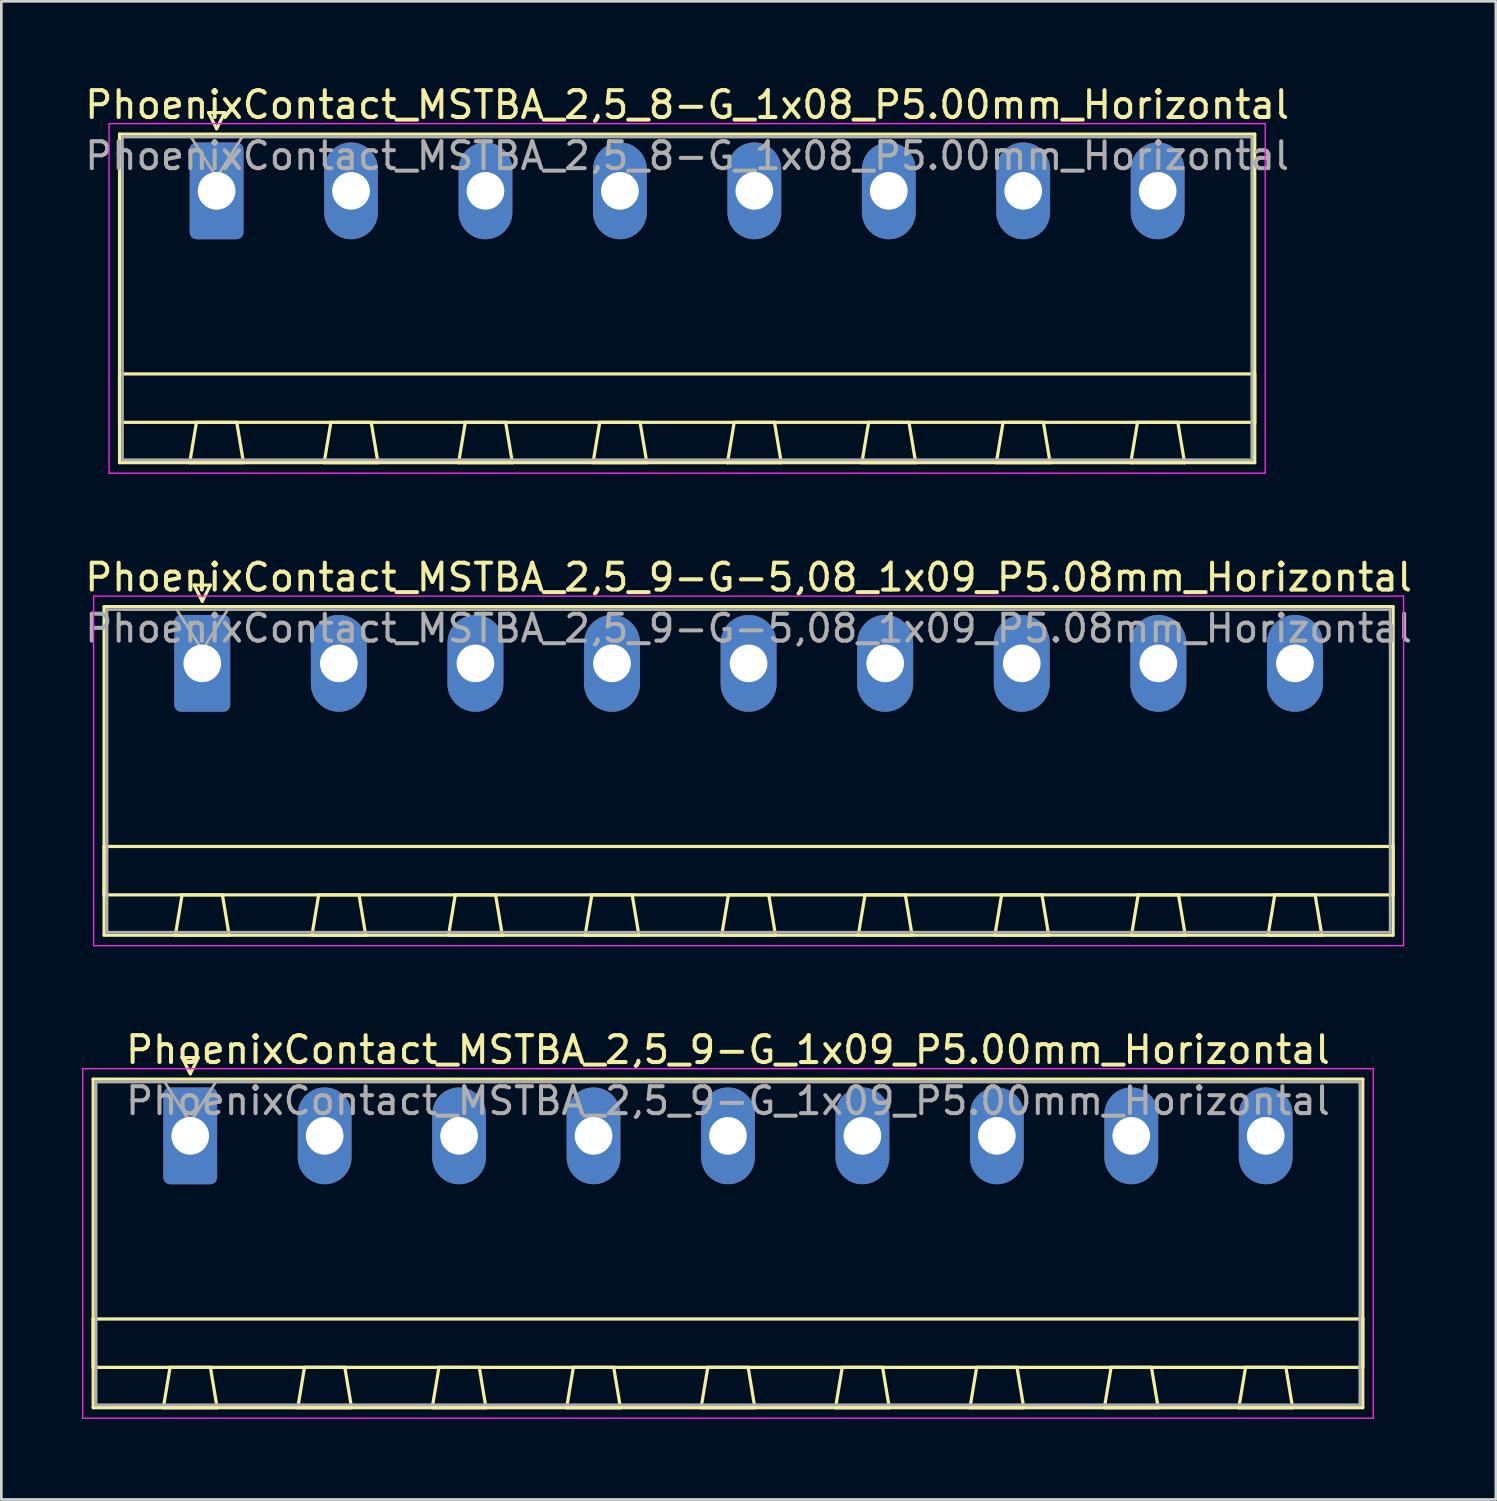
<source format=kicad_pcb>
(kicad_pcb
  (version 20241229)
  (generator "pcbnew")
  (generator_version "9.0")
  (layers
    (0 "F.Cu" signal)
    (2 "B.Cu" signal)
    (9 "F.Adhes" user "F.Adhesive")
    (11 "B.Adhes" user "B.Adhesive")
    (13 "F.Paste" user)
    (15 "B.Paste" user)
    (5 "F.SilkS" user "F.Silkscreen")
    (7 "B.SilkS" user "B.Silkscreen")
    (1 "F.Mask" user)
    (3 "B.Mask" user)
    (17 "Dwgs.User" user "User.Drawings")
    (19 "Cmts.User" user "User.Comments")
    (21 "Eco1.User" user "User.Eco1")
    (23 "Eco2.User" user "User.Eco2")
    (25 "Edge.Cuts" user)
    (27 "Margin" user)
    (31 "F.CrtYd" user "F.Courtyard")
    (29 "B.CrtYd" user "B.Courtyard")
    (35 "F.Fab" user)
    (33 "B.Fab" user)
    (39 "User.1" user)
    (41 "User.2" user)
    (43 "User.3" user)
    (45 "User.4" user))
  (footprint "PhoenixContact_MSTBA_2,5_8-G_1x08_P5.00mm_Horizontal"
    (layer "F.Cu")
    (at 5.006 4.048)
    (property "Reference" "PhoenixContact_MSTBA_2,5_8-G_1x08_P5.00mm_Horizontal" (at 17.5 -3.2 0) (layer "F.SilkS") (effects (font (size 1 1) (thickness 0.15))))
    (attr through_hole)
    (fp_line (start -3.61 -2.11) (end -3.61 10.11) (stroke (width 0.12) (type solid)) (layer "F.SilkS"))
    (fp_line (start -3.61 6.81) (end 38.61 6.81) (stroke (width 0.12) (type solid)) (layer "F.SilkS"))
    (fp_line (start -3.61 8.61) (end -3.61 6.81) (stroke (width 0.12) (type solid)) (layer "F.SilkS"))
    (fp_line (start -3.61 10.11) (end 38.61 10.11) (stroke (width 0.12) (type solid)) (layer "F.SilkS"))
    (fp_line (start -1 10.11) (end 1 10.11) (stroke (width 0.12) (type solid)) (layer "F.SilkS"))
    (fp_line (start -0.75 8.61) (end -1 10.11) (stroke (width 0.12) (type solid)) (layer "F.SilkS"))
    (fp_line (start -0.3 -2.91) (end 0.3 -2.91) (stroke (width 0.12) (type solid)) (layer "F.SilkS"))
    (fp_line (start 0 -2.31) (end -0.3 -2.91) (stroke (width 0.12) (type solid)) (layer "F.SilkS"))
    (fp_line (start 0.3 -2.91) (end 0 -2.31) (stroke (width 0.12) (type solid)) (layer "F.SilkS"))
    (fp_line (start 0.75 8.61) (end -0.75 8.61) (stroke (width 0.12) (type solid)) (layer "F.SilkS"))
    (fp_line (start 1 10.11) (end 0.75 8.61) (stroke (width 0.12) (type solid)) (layer "F.SilkS"))
    (fp_line (start 4 10.11) (end 6 10.11) (stroke (width 0.12) (type solid)) (layer "F.SilkS"))
    (fp_line (start 4.25 8.61) (end 4 10.11) (stroke (width 0.12) (type solid)) (layer "F.SilkS"))
    (fp_line (start 5.75 8.61) (end 4.25 8.61) (stroke (width 0.12) (type solid)) (layer "F.SilkS"))
    (fp_line (start 6 10.11) (end 5.75 8.61) (stroke (width 0.12) (type solid)) (layer "F.SilkS"))
    (fp_line (start 9 10.11) (end 11 10.11) (stroke (width 0.12) (type solid)) (layer "F.SilkS"))
    (fp_line (start 9.25 8.61) (end 9 10.11) (stroke (width 0.12) (type solid)) (layer "F.SilkS"))
    (fp_line (start 10.75 8.61) (end 9.25 8.61) (stroke (width 0.12) (type solid)) (layer "F.SilkS"))
    (fp_line (start 11 10.11) (end 10.75 8.61) (stroke (width 0.12) (type solid)) (layer "F.SilkS"))
    (fp_line (start 14 10.11) (end 16 10.11) (stroke (width 0.12) (type solid)) (layer "F.SilkS"))
    (fp_line (start 14.25 8.61) (end 14 10.11) (stroke (width 0.12) (type solid)) (layer "F.SilkS"))
    (fp_line (start 15.75 8.61) (end 14.25 8.61) (stroke (width 0.12) (type solid)) (layer "F.SilkS"))
    (fp_line (start 16 10.11) (end 15.75 8.61) (stroke (width 0.12) (type solid)) (layer "F.SilkS"))
    (fp_line (start 19 10.11) (end 21 10.11) (stroke (width 0.12) (type solid)) (layer "F.SilkS"))
    (fp_line (start 19.25 8.61) (end 19 10.11) (stroke (width 0.12) (type solid)) (layer "F.SilkS"))
    (fp_line (start 20.75 8.61) (end 19.25 8.61) (stroke (width 0.12) (type solid)) (layer "F.SilkS"))
    (fp_line (start 21 10.11) (end 20.75 8.61) (stroke (width 0.12) (type solid)) (layer "F.SilkS"))
    (fp_line (start 24 10.11) (end 26 10.11) (stroke (width 0.12) (type solid)) (layer "F.SilkS"))
    (fp_line (start 24.25 8.61) (end 24 10.11) (stroke (width 0.12) (type solid)) (layer "F.SilkS"))
    (fp_line (start 25.75 8.61) (end 24.25 8.61) (stroke (width 0.12) (type solid)) (layer "F.SilkS"))
    (fp_line (start 26 10.11) (end 25.75 8.61) (stroke (width 0.12) (type solid)) (layer "F.SilkS"))
    (fp_line (start 29 10.11) (end 31 10.11) (stroke (width 0.12) (type solid)) (layer "F.SilkS"))
    (fp_line (start 29.25 8.61) (end 29 10.11) (stroke (width 0.12) (type solid)) (layer "F.SilkS"))
    (fp_line (start 30.75 8.61) (end 29.25 8.61) (stroke (width 0.12) (type solid)) (layer "F.SilkS"))
    (fp_line (start 31 10.11) (end 30.75 8.61) (stroke (width 0.12) (type solid)) (layer "F.SilkS"))
    (fp_line (start 34 10.11) (end 36 10.11) (stroke (width 0.12) (type solid)) (layer "F.SilkS"))
    (fp_line (start 34.25 8.61) (end 34 10.11) (stroke (width 0.12) (type solid)) (layer "F.SilkS"))
    (fp_line (start 35.75 8.61) (end 34.25 8.61) (stroke (width 0.12) (type solid)) (layer "F.SilkS"))
    (fp_line (start 36 10.11) (end 35.75 8.61) (stroke (width 0.12) (type solid)) (layer "F.SilkS"))
    (fp_line (start 38.61 -2.11) (end -3.61 -2.11) (stroke (width 0.12) (type solid)) (layer "F.SilkS"))
    (fp_line (start 38.61 6.81) (end 38.61 8.61) (stroke (width 0.12) (type solid)) (layer "F.SilkS"))
    (fp_line (start 38.61 8.61) (end -3.61 8.61) (stroke (width 0.12) (type solid)) (layer "F.SilkS"))
    (fp_line (start 38.61 10.11) (end 38.61 -2.11) (stroke (width 0.12) (type solid)) (layer "F.SilkS"))
    (fp_line (start -4 -2.5) (end -4 10.5) (stroke (width 0.05) (type solid)) (layer "F.CrtYd"))
    (fp_line (start -4 10.5) (end 39 10.5) (stroke (width 0.05) (type solid)) (layer "F.CrtYd"))
    (fp_line (start 39 -2.5) (end -4 -2.5) (stroke (width 0.05) (type solid)) (layer "F.CrtYd"))
    (fp_line (start 39 10.5) (end 39 -2.5) (stroke (width 0.05) (type solid)) (layer "F.CrtYd"))
    (fp_line (start -3.5 -2) (end -3.5 10) (stroke (width 0.1) (type solid)) (layer "F.Fab"))
    (fp_line (start -3.5 10) (end 38.5 10) (stroke (width 0.1) (type solid)) (layer "F.Fab"))
    (fp_line (start 0 -0.5) (end -0.95 -2) (stroke (width 0.1) (type solid)) (layer "F.Fab"))
    (fp_line (start 0.95 -2) (end 0 -0.5) (stroke (width 0.1) (type solid)) (layer "F.Fab"))
    (fp_line (start 38.5 -2) (end -3.5 -2) (stroke (width 0.1) (type solid)) (layer "F.Fab"))
    (fp_line (start 38.5 10) (end 38.5 -2) (stroke (width 0.1) (type solid)) (layer "F.Fab"))
    (fp_text user "${REFERENCE}" (at 17.5 -1.3 0) (layer "F.Fab") (effects (font (size 1 1) (thickness 0.15))))
    (pad "1" thru_hole roundrect (at 0 0) (size 2 3.6) (drill 1.4) (layers "*.Cu" "*.Mask") (roundrect_rratio 0.125))
    (pad "2" thru_hole oval (at 5 0) (size 2 3.6) (drill 1.4) (layers "*.Cu" "*.Mask"))
    (pad "3" thru_hole oval (at 10 0) (size 2 3.6) (drill 1.4) (layers "*.Cu" "*.Mask"))
    (pad "4" thru_hole oval (at 15 0) (size 2 3.6) (drill 1.4) (layers "*.Cu" "*.Mask"))
    (pad "5" thru_hole oval (at 20 0) (size 2 3.6) (drill 1.4) (layers "*.Cu" "*.Mask"))
    (pad "6" thru_hole oval (at 25 0) (size 2 3.6) (drill 1.4) (layers "*.Cu" "*.Mask"))
    (pad "7" thru_hole oval (at 30 0) (size 2 3.6) (drill 1.4) (layers "*.Cu" "*.Mask"))
    (pad "8" thru_hole oval (at 35 0) (size 2 3.6) (drill 1.4) (layers "*.Cu" "*.Mask")))
  (footprint "PhoenixContact_MSTBA_2,5_9-G_1x09_P5.00mm_Horizontal"
    (layer "F.Cu")
    (at 4.025 39.195)
    (property "Reference" "PhoenixContact_MSTBA_2,5_9-G_1x09_P5.00mm_Horizontal" (at 20 -3.2 0) (layer "F.SilkS") (effects (font (size 1 1) (thickness 0.15))))
    (attr through_hole)
    (fp_line (start -3.61 -2.11) (end -3.61 10.11) (stroke (width 0.12) (type solid)) (layer "F.SilkS"))
    (fp_line (start -3.61 6.81) (end 43.61 6.81) (stroke (width 0.12) (type solid)) (layer "F.SilkS"))
    (fp_line (start -3.61 8.61) (end -3.61 6.81) (stroke (width 0.12) (type solid)) (layer "F.SilkS"))
    (fp_line (start -3.61 10.11) (end 43.61 10.11) (stroke (width 0.12) (type solid)) (layer "F.SilkS"))
    (fp_line (start -1 10.11) (end 1 10.11) (stroke (width 0.12) (type solid)) (layer "F.SilkS"))
    (fp_line (start -0.75 8.61) (end -1 10.11) (stroke (width 0.12) (type solid)) (layer "F.SilkS"))
    (fp_line (start -0.3 -2.91) (end 0.3 -2.91) (stroke (width 0.12) (type solid)) (layer "F.SilkS"))
    (fp_line (start 0 -2.31) (end -0.3 -2.91) (stroke (width 0.12) (type solid)) (layer "F.SilkS"))
    (fp_line (start 0.3 -2.91) (end 0 -2.31) (stroke (width 0.12) (type solid)) (layer "F.SilkS"))
    (fp_line (start 0.75 8.61) (end -0.75 8.61) (stroke (width 0.12) (type solid)) (layer "F.SilkS"))
    (fp_line (start 1 10.11) (end 0.75 8.61) (stroke (width 0.12) (type solid)) (layer "F.SilkS"))
    (fp_line (start 4 10.11) (end 6 10.11) (stroke (width 0.12) (type solid)) (layer "F.SilkS"))
    (fp_line (start 4.25 8.61) (end 4 10.11) (stroke (width 0.12) (type solid)) (layer "F.SilkS"))
    (fp_line (start 5.75 8.61) (end 4.25 8.61) (stroke (width 0.12) (type solid)) (layer "F.SilkS"))
    (fp_line (start 6 10.11) (end 5.75 8.61) (stroke (width 0.12) (type solid)) (layer "F.SilkS"))
    (fp_line (start 9 10.11) (end 11 10.11) (stroke (width 0.12) (type solid)) (layer "F.SilkS"))
    (fp_line (start 9.25 8.61) (end 9 10.11) (stroke (width 0.12) (type solid)) (layer "F.SilkS"))
    (fp_line (start 10.75 8.61) (end 9.25 8.61) (stroke (width 0.12) (type solid)) (layer "F.SilkS"))
    (fp_line (start 11 10.11) (end 10.75 8.61) (stroke (width 0.12) (type solid)) (layer "F.SilkS"))
    (fp_line (start 14 10.11) (end 16 10.11) (stroke (width 0.12) (type solid)) (layer "F.SilkS"))
    (fp_line (start 14.25 8.61) (end 14 10.11) (stroke (width 0.12) (type solid)) (layer "F.SilkS"))
    (fp_line (start 15.75 8.61) (end 14.25 8.61) (stroke (width 0.12) (type solid)) (layer "F.SilkS"))
    (fp_line (start 16 10.11) (end 15.75 8.61) (stroke (width 0.12) (type solid)) (layer "F.SilkS"))
    (fp_line (start 19 10.11) (end 21 10.11) (stroke (width 0.12) (type solid)) (layer "F.SilkS"))
    (fp_line (start 19.25 8.61) (end 19 10.11) (stroke (width 0.12) (type solid)) (layer "F.SilkS"))
    (fp_line (start 20.75 8.61) (end 19.25 8.61) (stroke (width 0.12) (type solid)) (layer "F.SilkS"))
    (fp_line (start 21 10.11) (end 20.75 8.61) (stroke (width 0.12) (type solid)) (layer "F.SilkS"))
    (fp_line (start 24 10.11) (end 26 10.11) (stroke (width 0.12) (type solid)) (layer "F.SilkS"))
    (fp_line (start 24.25 8.61) (end 24 10.11) (stroke (width 0.12) (type solid)) (layer "F.SilkS"))
    (fp_line (start 25.75 8.61) (end 24.25 8.61) (stroke (width 0.12) (type solid)) (layer "F.SilkS"))
    (fp_line (start 26 10.11) (end 25.75 8.61) (stroke (width 0.12) (type solid)) (layer "F.SilkS"))
    (fp_line (start 29 10.11) (end 31 10.11) (stroke (width 0.12) (type solid)) (layer "F.SilkS"))
    (fp_line (start 29.25 8.61) (end 29 10.11) (stroke (width 0.12) (type solid)) (layer "F.SilkS"))
    (fp_line (start 30.75 8.61) (end 29.25 8.61) (stroke (width 0.12) (type solid)) (layer "F.SilkS"))
    (fp_line (start 31 10.11) (end 30.75 8.61) (stroke (width 0.12) (type solid)) (layer "F.SilkS"))
    (fp_line (start 34 10.11) (end 36 10.11) (stroke (width 0.12) (type solid)) (layer "F.SilkS"))
    (fp_line (start 34.25 8.61) (end 34 10.11) (stroke (width 0.12) (type solid)) (layer "F.SilkS"))
    (fp_line (start 35.75 8.61) (end 34.25 8.61) (stroke (width 0.12) (type solid)) (layer "F.SilkS"))
    (fp_line (start 36 10.11) (end 35.75 8.61) (stroke (width 0.12) (type solid)) (layer "F.SilkS"))
    (fp_line (start 39 10.11) (end 41 10.11) (stroke (width 0.12) (type solid)) (layer "F.SilkS"))
    (fp_line (start 39.25 8.61) (end 39 10.11) (stroke (width 0.12) (type solid)) (layer "F.SilkS"))
    (fp_line (start 40.75 8.61) (end 39.25 8.61) (stroke (width 0.12) (type solid)) (layer "F.SilkS"))
    (fp_line (start 41 10.11) (end 40.75 8.61) (stroke (width 0.12) (type solid)) (layer "F.SilkS"))
    (fp_line (start 43.61 -2.11) (end -3.61 -2.11) (stroke (width 0.12) (type solid)) (layer "F.SilkS"))
    (fp_line (start 43.61 6.81) (end 43.61 8.61) (stroke (width 0.12) (type solid)) (layer "F.SilkS"))
    (fp_line (start 43.61 8.61) (end -3.61 8.61) (stroke (width 0.12) (type solid)) (layer "F.SilkS"))
    (fp_line (start 43.61 10.11) (end 43.61 -2.11) (stroke (width 0.12) (type solid)) (layer "F.SilkS"))
    (fp_line (start -4 -2.5) (end -4 10.5) (stroke (width 0.05) (type solid)) (layer "F.CrtYd"))
    (fp_line (start -4 10.5) (end 44 10.5) (stroke (width 0.05) (type solid)) (layer "F.CrtYd"))
    (fp_line (start 44 -2.5) (end -4 -2.5) (stroke (width 0.05) (type solid)) (layer "F.CrtYd"))
    (fp_line (start 44 10.5) (end 44 -2.5) (stroke (width 0.05) (type solid)) (layer "F.CrtYd"))
    (fp_line (start -3.5 -2) (end -3.5 10) (stroke (width 0.1) (type solid)) (layer "F.Fab"))
    (fp_line (start -3.5 10) (end 43.5 10) (stroke (width 0.1) (type solid)) (layer "F.Fab"))
    (fp_line (start 0 -0.5) (end -0.95 -2) (stroke (width 0.1) (type solid)) (layer "F.Fab"))
    (fp_line (start 0.95 -2) (end 0 -0.5) (stroke (width 0.1) (type solid)) (layer "F.Fab"))
    (fp_line (start 43.5 -2) (end -3.5 -2) (stroke (width 0.1) (type solid)) (layer "F.Fab"))
    (fp_line (start 43.5 10) (end 43.5 -2) (stroke (width 0.1) (type solid)) (layer "F.Fab"))
    (fp_text user "${REFERENCE}" (at 20 -1.3 0) (layer "F.Fab") (effects (font (size 1 1) (thickness 0.15))))
    (pad "1" thru_hole roundrect (at 0 0) (size 2 3.6) (drill 1.4) (layers "*.Cu" "*.Mask") (roundrect_rratio 0.125))
    (pad "2" thru_hole oval (at 5 0) (size 2 3.6) (drill 1.4) (layers "*.Cu" "*.Mask"))
    (pad "3" thru_hole oval (at 10 0) (size 2 3.6) (drill 1.4) (layers "*.Cu" "*.Mask"))
    (pad "4" thru_hole oval (at 15 0) (size 2 3.6) (drill 1.4) (layers "*.Cu" "*.Mask"))
    (pad "5" thru_hole oval (at 20 0) (size 2 3.6) (drill 1.4) (layers "*.Cu" "*.Mask"))
    (pad "6" thru_hole oval (at 25 0) (size 2 3.6) (drill 1.4) (layers "*.Cu" "*.Mask"))
    (pad "7" thru_hole oval (at 30 0) (size 2 3.6) (drill 1.4) (layers "*.Cu" "*.Mask"))
    (pad "8" thru_hole oval (at 35 0) (size 2 3.6) (drill 1.4) (layers "*.Cu" "*.Mask"))
    (pad "9" thru_hole oval (at 40 0) (size 2 3.6) (drill 1.4) (layers "*.Cu" "*.Mask")))
  (footprint "PhoenixContact_MSTBA_2,5_9-G-5,08_1x09_P5.08mm_Horizontal"
    (layer "F.Cu")
    (at 4.472 21.622)
    (property "Reference" "PhoenixContact_MSTBA_2,5_9-G-5,08_1x09_P5.08mm_Horizontal" (at 20.32 -3.2 0) (layer "F.SilkS") (effects (font (size 1 1) (thickness 0.15))))
    (attr through_hole)
    (fp_line (start -3.65 -2.11) (end -3.65 10.11) (stroke (width 0.12) (type solid)) (layer "F.SilkS"))
    (fp_line (start -3.65 6.81) (end 44.29 6.81) (stroke (width 0.12) (type solid)) (layer "F.SilkS"))
    (fp_line (start -3.65 8.61) (end -3.65 6.81) (stroke (width 0.12) (type solid)) (layer "F.SilkS"))
    (fp_line (start -3.65 10.11) (end 44.29 10.11) (stroke (width 0.12) (type solid)) (layer "F.SilkS"))
    (fp_line (start -1 10.11) (end 1 10.11) (stroke (width 0.12) (type solid)) (layer "F.SilkS"))
    (fp_line (start -0.75 8.61) (end -1 10.11) (stroke (width 0.12) (type solid)) (layer "F.SilkS"))
    (fp_line (start -0.3 -2.91) (end 0.3 -2.91) (stroke (width 0.12) (type solid)) (layer "F.SilkS"))
    (fp_line (start 0 -2.31) (end -0.3 -2.91) (stroke (width 0.12) (type solid)) (layer "F.SilkS"))
    (fp_line (start 0.3 -2.91) (end 0 -2.31) (stroke (width 0.12) (type solid)) (layer "F.SilkS"))
    (fp_line (start 0.75 8.61) (end -0.75 8.61) (stroke (width 0.12) (type solid)) (layer "F.SilkS"))
    (fp_line (start 1 10.11) (end 0.75 8.61) (stroke (width 0.12) (type solid)) (layer "F.SilkS"))
    (fp_line (start 4.08 10.11) (end 6.08 10.11) (stroke (width 0.12) (type solid)) (layer "F.SilkS"))
    (fp_line (start 4.33 8.61) (end 4.08 10.11) (stroke (width 0.12) (type solid)) (layer "F.SilkS"))
    (fp_line (start 5.83 8.61) (end 4.33 8.61) (stroke (width 0.12) (type solid)) (layer "F.SilkS"))
    (fp_line (start 6.08 10.11) (end 5.83 8.61) (stroke (width 0.12) (type solid)) (layer "F.SilkS"))
    (fp_line (start 9.16 10.11) (end 11.16 10.11) (stroke (width 0.12) (type solid)) (layer "F.SilkS"))
    (fp_line (start 9.41 8.61) (end 9.16 10.11) (stroke (width 0.12) (type solid)) (layer "F.SilkS"))
    (fp_line (start 10.91 8.61) (end 9.41 8.61) (stroke (width 0.12) (type solid)) (layer "F.SilkS"))
    (fp_line (start 11.16 10.11) (end 10.91 8.61) (stroke (width 0.12) (type solid)) (layer "F.SilkS"))
    (fp_line (start 14.24 10.11) (end 16.24 10.11) (stroke (width 0.12) (type solid)) (layer "F.SilkS"))
    (fp_line (start 14.49 8.61) (end 14.24 10.11) (stroke (width 0.12) (type solid)) (layer "F.SilkS"))
    (fp_line (start 15.99 8.61) (end 14.49 8.61) (stroke (width 0.12) (type solid)) (layer "F.SilkS"))
    (fp_line (start 16.24 10.11) (end 15.99 8.61) (stroke (width 0.12) (type solid)) (layer "F.SilkS"))
    (fp_line (start 19.32 10.11) (end 21.32 10.11) (stroke (width 0.12) (type solid)) (layer "F.SilkS"))
    (fp_line (start 19.57 8.61) (end 19.32 10.11) (stroke (width 0.12) (type solid)) (layer "F.SilkS"))
    (fp_line (start 21.07 8.61) (end 19.57 8.61) (stroke (width 0.12) (type solid)) (layer "F.SilkS"))
    (fp_line (start 21.32 10.11) (end 21.07 8.61) (stroke (width 0.12) (type solid)) (layer "F.SilkS"))
    (fp_line (start 24.4 10.11) (end 26.4 10.11) (stroke (width 0.12) (type solid)) (layer "F.SilkS"))
    (fp_line (start 24.65 8.61) (end 24.4 10.11) (stroke (width 0.12) (type solid)) (layer "F.SilkS"))
    (fp_line (start 26.15 8.61) (end 24.65 8.61) (stroke (width 0.12) (type solid)) (layer "F.SilkS"))
    (fp_line (start 26.4 10.11) (end 26.15 8.61) (stroke (width 0.12) (type solid)) (layer "F.SilkS"))
    (fp_line (start 29.48 10.11) (end 31.48 10.11) (stroke (width 0.12) (type solid)) (layer "F.SilkS"))
    (fp_line (start 29.73 8.61) (end 29.48 10.11) (stroke (width 0.12) (type solid)) (layer "F.SilkS"))
    (fp_line (start 31.23 8.61) (end 29.73 8.61) (stroke (width 0.12) (type solid)) (layer "F.SilkS"))
    (fp_line (start 31.48 10.11) (end 31.23 8.61) (stroke (width 0.12) (type solid)) (layer "F.SilkS"))
    (fp_line (start 34.56 10.11) (end 36.56 10.11) (stroke (width 0.12) (type solid)) (layer "F.SilkS"))
    (fp_line (start 34.81 8.61) (end 34.56 10.11) (stroke (width 0.12) (type solid)) (layer "F.SilkS"))
    (fp_line (start 36.31 8.61) (end 34.81 8.61) (stroke (width 0.12) (type solid)) (layer "F.SilkS"))
    (fp_line (start 36.56 10.11) (end 36.31 8.61) (stroke (width 0.12) (type solid)) (layer "F.SilkS"))
    (fp_line (start 39.64 10.11) (end 41.64 10.11) (stroke (width 0.12) (type solid)) (layer "F.SilkS"))
    (fp_line (start 39.89 8.61) (end 39.64 10.11) (stroke (width 0.12) (type solid)) (layer "F.SilkS"))
    (fp_line (start 41.39 8.61) (end 39.89 8.61) (stroke (width 0.12) (type solid)) (layer "F.SilkS"))
    (fp_line (start 41.64 10.11) (end 41.39 8.61) (stroke (width 0.12) (type solid)) (layer "F.SilkS"))
    (fp_line (start 44.29 -2.11) (end -3.65 -2.11) (stroke (width 0.12) (type solid)) (layer "F.SilkS"))
    (fp_line (start 44.29 6.81) (end 44.29 8.61) (stroke (width 0.12) (type solid)) (layer "F.SilkS"))
    (fp_line (start 44.29 8.61) (end -3.65 8.61) (stroke (width 0.12) (type solid)) (layer "F.SilkS"))
    (fp_line (start 44.29 10.11) (end 44.29 -2.11) (stroke (width 0.12) (type solid)) (layer "F.SilkS"))
    (fp_line (start -4.04 -2.5) (end -4.04 10.5) (stroke (width 0.05) (type solid)) (layer "F.CrtYd"))
    (fp_line (start -4.04 10.5) (end 44.68 10.5) (stroke (width 0.05) (type solid)) (layer "F.CrtYd"))
    (fp_line (start 44.68 -2.5) (end -4.04 -2.5) (stroke (width 0.05) (type solid)) (layer "F.CrtYd"))
    (fp_line (start 44.68 10.5) (end 44.68 -2.5) (stroke (width 0.05) (type solid)) (layer "F.CrtYd"))
    (fp_line (start -3.54 -2) (end -3.54 10) (stroke (width 0.1) (type solid)) (layer "F.Fab"))
    (fp_line (start -3.54 10) (end 44.18 10) (stroke (width 0.1) (type solid)) (layer "F.Fab"))
    (fp_line (start 0 -0.5) (end -0.95 -2) (stroke (width 0.1) (type solid)) (layer "F.Fab"))
    (fp_line (start 0.95 -2) (end 0 -0.5) (stroke (width 0.1) (type solid)) (layer "F.Fab"))
    (fp_line (start 44.18 -2) (end -3.54 -2) (stroke (width 0.1) (type solid)) (layer "F.Fab"))
    (fp_line (start 44.18 10) (end 44.18 -2) (stroke (width 0.1) (type solid)) (layer "F.Fab"))
    (fp_text user "${REFERENCE}" (at 20.32 -1.3 0) (layer "F.Fab") (effects (font (size 1 1) (thickness 0.15))))
    (pad "1" thru_hole roundrect (at 0 0) (size 2.08 3.6) (drill 1.4) (layers "*.Cu" "*.Mask") (roundrect_rratio 0.12))
    (pad "2" thru_hole oval (at 5.08 0) (size 2.08 3.6) (drill 1.4) (layers "*.Cu" "*.Mask"))
    (pad "3" thru_hole oval (at 10.16 0) (size 2.08 3.6) (drill 1.4) (layers "*.Cu" "*.Mask"))
    (pad "4" thru_hole oval (at 15.24 0) (size 2.08 3.6) (drill 1.4) (layers "*.Cu" "*.Mask"))
    (pad "5" thru_hole oval (at 20.32 0) (size 2.08 3.6) (drill 1.4) (layers "*.Cu" "*.Mask"))
    (pad "6" thru_hole oval (at 25.4 0) (size 2.08 3.6) (drill 1.4) (layers "*.Cu" "*.Mask"))
    (pad "7" thru_hole oval (at 30.48 0) (size 2.08 3.6) (drill 1.4) (layers "*.Cu" "*.Mask"))
    (pad "8" thru_hole oval (at 35.56 0) (size 2.08 3.6) (drill 1.4) (layers "*.Cu" "*.Mask"))
    (pad "9" thru_hole oval (at 40.64 0) (size 2.08 3.6) (drill 1.4) (layers "*.Cu" "*.Mask")))
  (gr_rect
    (start -3 -3)
    (end 52.583 52.72)
    (stroke (width 0.1) (type default))
    (fill no)
    (layer "Edge.Cuts")))
</source>
